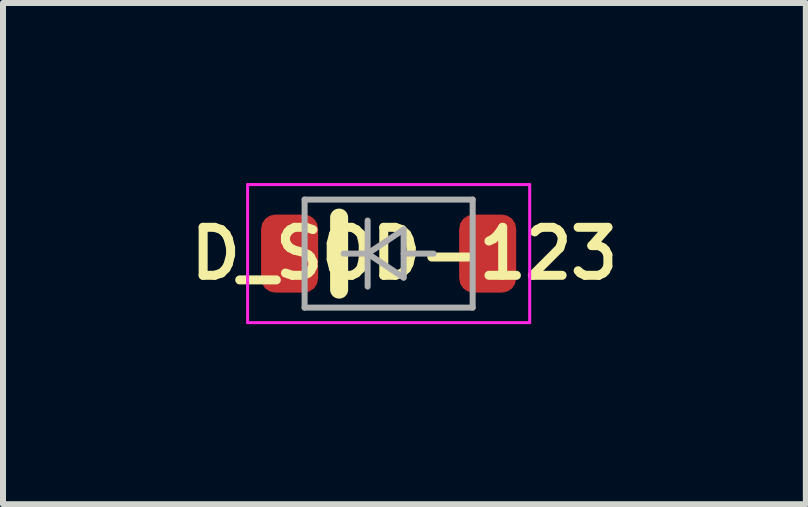
<source format=kicad_pcb>
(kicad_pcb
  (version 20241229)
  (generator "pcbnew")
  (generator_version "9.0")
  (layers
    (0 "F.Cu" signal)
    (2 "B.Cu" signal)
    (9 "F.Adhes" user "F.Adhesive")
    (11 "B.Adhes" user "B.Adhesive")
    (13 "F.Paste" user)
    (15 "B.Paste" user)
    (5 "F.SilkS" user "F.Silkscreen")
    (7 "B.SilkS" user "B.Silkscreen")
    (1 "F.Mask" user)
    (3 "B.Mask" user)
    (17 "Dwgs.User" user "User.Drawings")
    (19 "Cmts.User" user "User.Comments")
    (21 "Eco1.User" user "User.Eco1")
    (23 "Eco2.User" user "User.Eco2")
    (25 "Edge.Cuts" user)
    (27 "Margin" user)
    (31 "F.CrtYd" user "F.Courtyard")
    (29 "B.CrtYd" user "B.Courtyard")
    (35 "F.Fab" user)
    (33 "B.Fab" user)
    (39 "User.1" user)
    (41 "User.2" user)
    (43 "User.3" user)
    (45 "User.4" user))
  (footprint "D_SOD-123"
    (layer "F.Cu")
    (at 3.425 1.175)
    (property "Reference" "D_SOD-123" (at 0.262 0 0) (layer "F.SilkS") (effects (font (size 0.8 0.8) (thickness 0.15))))
    (attr smd)
    (fp_line (start -0.825 -0.6) (end -0.825 0.6) (stroke (width 0.3) (type solid)) (layer "F.SilkS"))
    (fp_line (start -2.35 -1.15) (end -2.35 1.15) (stroke (width 0.05) (type solid)) (layer "F.CrtYd"))
    (fp_line (start -2.35 -1.15) (end 2.35 -1.15) (stroke (width 0.05) (type solid)) (layer "F.CrtYd"))
    (fp_line (start 2.35 -1.15) (end 2.35 1.15) (stroke (width 0.05) (type solid)) (layer "F.CrtYd"))
    (fp_line (start 2.35 1.15) (end -2.35 1.15) (stroke (width 0.05) (type solid)) (layer "F.CrtYd"))
    (fp_line (start -1.4 -0.9) (end 1.4 -0.9) (stroke (width 0.1) (type solid)) (layer "F.Fab"))
    (fp_line (start -1.4 0.9) (end -1.4 -0.9) (stroke (width 0.1) (type solid)) (layer "F.Fab"))
    (fp_line (start -0.75 0) (end -0.35 0) (stroke (width 0.1) (type solid)) (layer "F.Fab"))
    (fp_line (start -0.35 0) (end -0.35 -0.55) (stroke (width 0.1) (type solid)) (layer "F.Fab"))
    (fp_line (start -0.35 0) (end -0.35 0.55) (stroke (width 0.1) (type solid)) (layer "F.Fab"))
    (fp_line (start -0.35 0) (end 0.25 -0.4) (stroke (width 0.1) (type solid)) (layer "F.Fab"))
    (fp_line (start 0.25 -0.4) (end 0.25 0.4) (stroke (width 0.1) (type solid)) (layer "F.Fab"))
    (fp_line (start 0.25 0) (end 0.75 0) (stroke (width 0.1) (type solid)) (layer "F.Fab"))
    (fp_line (start 0.25 0.4) (end -0.35 0) (stroke (width 0.1) (type solid)) (layer "F.Fab"))
    (fp_line (start 1.4 -0.9) (end 1.4 0.9) (stroke (width 0.1) (type solid)) (layer "F.Fab"))
    (fp_line (start 1.4 0.9) (end -1.4 0.9) (stroke (width 0.1) (type solid)) (layer "F.Fab"))
    (pad "1" smd roundrect (at -1.65 0) (size 0.95 1.3) (layers "F.Cu" "F.Mask" "F.Paste") (roundrect_rratio 0.25))
    (pad "2" smd roundrect (at 1.65 0) (size 0.95 1.3) (layers "F.Cu" "F.Mask" "F.Paste") (roundrect_rratio 0.25)))
  (gr_rect
    (start -3 -3)
    (end 10.376 5.35)
    (stroke (width 0.1) (type default))
    (fill no)
    (layer "Edge.Cuts")))
</source>
